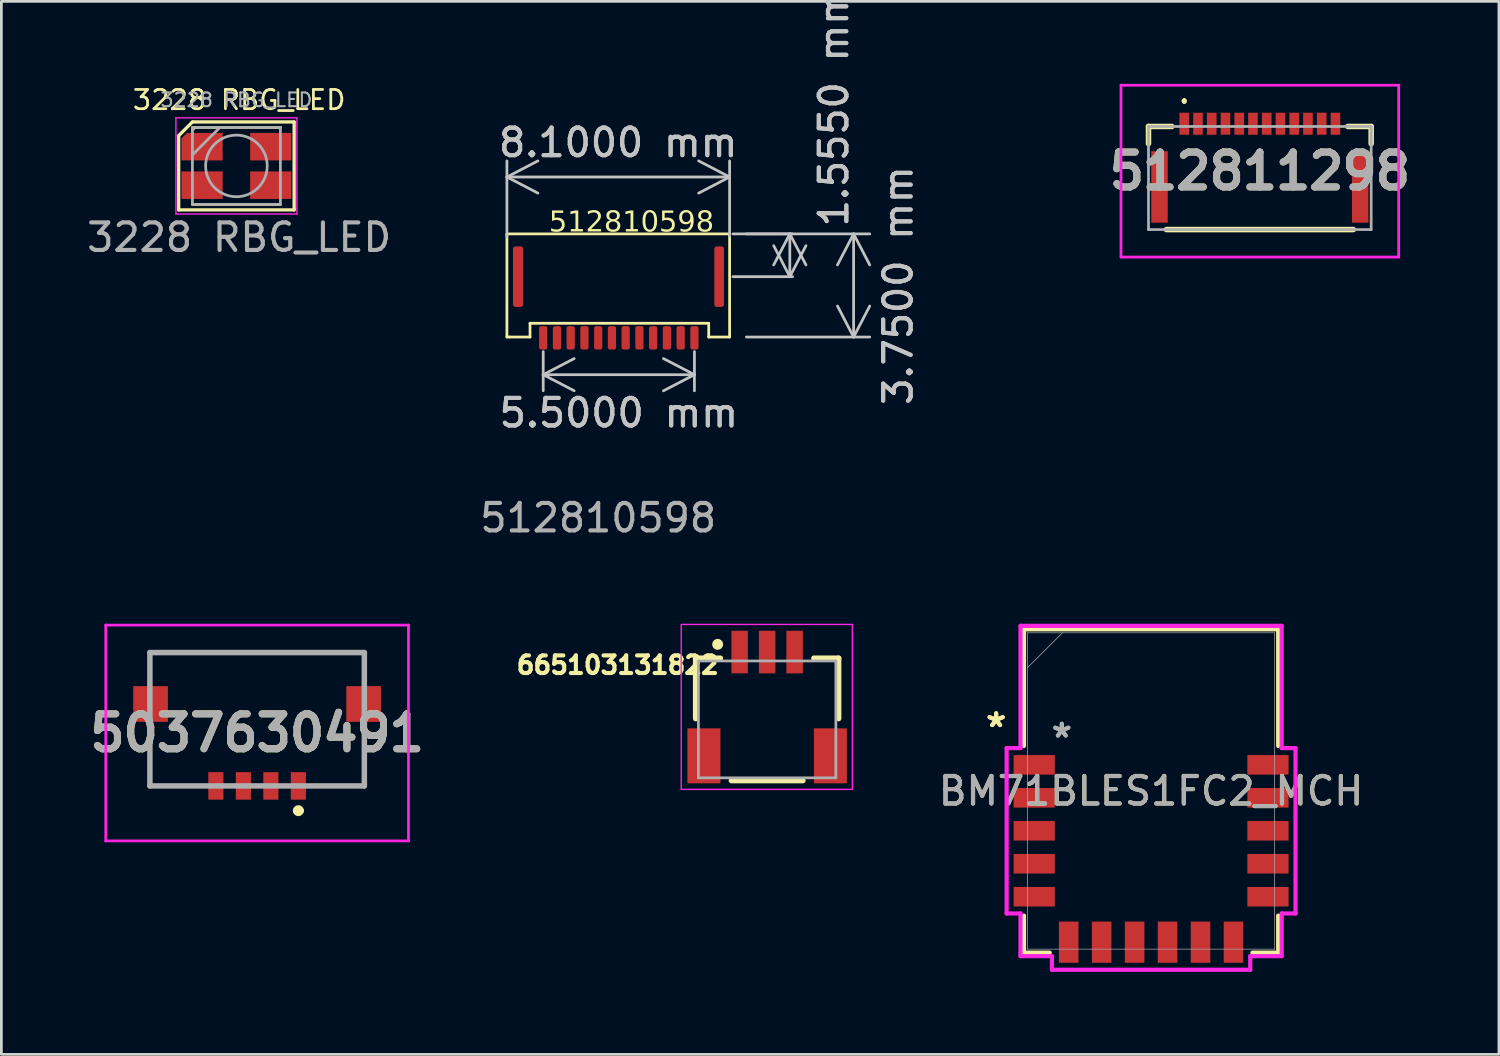
<source format=kicad_pcb>
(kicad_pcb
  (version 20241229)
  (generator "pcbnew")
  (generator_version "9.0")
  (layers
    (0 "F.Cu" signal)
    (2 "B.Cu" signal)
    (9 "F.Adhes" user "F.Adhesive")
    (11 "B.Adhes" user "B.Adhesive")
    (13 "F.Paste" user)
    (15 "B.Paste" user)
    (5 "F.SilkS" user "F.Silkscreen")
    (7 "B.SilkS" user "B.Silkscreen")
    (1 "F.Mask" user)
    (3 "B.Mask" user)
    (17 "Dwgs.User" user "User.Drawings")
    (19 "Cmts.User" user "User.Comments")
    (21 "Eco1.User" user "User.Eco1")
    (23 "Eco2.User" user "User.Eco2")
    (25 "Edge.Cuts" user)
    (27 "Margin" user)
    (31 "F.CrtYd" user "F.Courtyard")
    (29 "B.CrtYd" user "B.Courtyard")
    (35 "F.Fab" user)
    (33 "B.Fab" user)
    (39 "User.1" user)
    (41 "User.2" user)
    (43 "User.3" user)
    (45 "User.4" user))
  (footprint "512811298"
    (layer "F.Cu")
    (at 42.774 3.375)
    (property "Reference" "512811298" (at 0 -0.2 0) (layer "F.SilkS") (effects (font (size 1.27 1.27) (thickness 0.254))))
    (attr smd)
    (fp_line (start -4.05 -1.825) (end -4.05 -1.2) (stroke (width 0.2) (type solid)) (layer "F.SilkS"))
    (fp_line (start -3.4 1.925) (end 3.4 1.925) (stroke (width 0.2) (type solid)) (layer "F.SilkS"))
    (fp_line (start -3.2 -1.825) (end -4.05 -1.825) (stroke (width 0.2) (type solid)) (layer "F.SilkS"))
    (fp_line (start -2.75 -2.8) (end -2.75 -2.8) (stroke (width 0.1) (type solid)) (layer "F.SilkS"))
    (fp_line (start -2.75 -2.7) (end -2.75 -2.7) (stroke (width 0.1) (type solid)) (layer "F.SilkS"))
    (fp_line (start 3.2 -1.825) (end 4.05 -1.825) (stroke (width 0.2) (type solid)) (layer "F.SilkS"))
    (fp_line (start 4.05 -1.825) (end 4.05 -1.2) (stroke (width 0.2) (type solid)) (layer "F.SilkS"))
    (fp_arc (start -2.75 -2.8) (mid -2.7 -2.75) (end -2.75 -2.7) (stroke (width 0.1) (type solid)) (layer "F.SilkS"))
    (fp_arc (start -2.75 -2.7) (mid -2.8 -2.75) (end -2.75 -2.8) (stroke (width 0.1) (type solid)) (layer "F.SilkS"))
    (fp_line (start -5.05 -3.325) (end 5.05 -3.325) (stroke (width 0.1) (type solid)) (layer "F.CrtYd"))
    (fp_line (start -5.05 2.925) (end -5.05 -3.325) (stroke (width 0.1) (type solid)) (layer "F.CrtYd"))
    (fp_line (start 5.05 -3.325) (end 5.05 2.925) (stroke (width 0.1) (type solid)) (layer "F.CrtYd"))
    (fp_line (start 5.05 2.925) (end -5.05 2.925) (stroke (width 0.1) (type solid)) (layer "F.CrtYd"))
    (fp_line (start -4.05 -1.825) (end 4.05 -1.825) (stroke (width 0.1) (type solid)) (layer "F.Fab"))
    (fp_line (start -4.05 1.925) (end -4.05 -1.825) (stroke (width 0.1) (type solid)) (layer "F.Fab"))
    (fp_line (start 4.05 -1.825) (end 4.05 1.925) (stroke (width 0.1) (type solid)) (layer "F.Fab"))
    (fp_line (start 4.05 1.925) (end -4.05 1.925) (stroke (width 0.1) (type solid)) (layer "F.Fab"))
    (fp_text user "${REFERENCE}" (at 0 -0.2 0) (layer "F.Fab") (effects (font (size 1.27 1.27) (thickness 0.254))))
    (pad "1" smd rect (at -2.75 -1.925) (size 0.35 0.8) (layers "F.Cu" "F.Mask" "F.Paste"))
    (pad "2" smd rect (at -2.25 -1.925) (size 0.35 0.8) (layers "F.Cu" "F.Mask" "F.Paste"))
    (pad "3" smd rect (at -1.75 -1.925) (size 0.35 0.8) (layers "F.Cu" "F.Mask" "F.Paste"))
    (pad "4" smd rect (at -1.25 -1.925) (size 0.35 0.8) (layers "F.Cu" "F.Mask" "F.Paste"))
    (pad "5" smd rect (at -0.75 -1.925) (size 0.35 0.8) (layers "F.Cu" "F.Mask" "F.Paste"))
    (pad "6" smd rect (at -0.25 -1.925) (size 0.35 0.8) (layers "F.Cu" "F.Mask" "F.Paste"))
    (pad "7" smd rect (at 0.25 -1.925) (size 0.35 0.8) (layers "F.Cu" "F.Mask" "F.Paste"))
    (pad "8" smd rect (at 0.75 -1.925) (size 0.35 0.8) (layers "F.Cu" "F.Mask" "F.Paste"))
    (pad "9" smd rect (at 1.25 -1.925) (size 0.35 0.8) (layers "F.Cu" "F.Mask" "F.Paste"))
    (pad "10" smd rect (at 1.75 -1.925) (size 0.35 0.8) (layers "F.Cu" "F.Mask" "F.Paste"))
    (pad "11" smd rect (at 2.25 -1.925) (size 0.35 0.8) (layers "F.Cu" "F.Mask" "F.Paste"))
    (pad "12" smd rect (at 2.75 -1.925) (size 0.35 0.8) (layers "F.Cu" "F.Mask" "F.Paste"))
    (pad "MP1" smd rect (at -3.65 0.375) (size 0.6 2.6) (layers "F.Cu" "F.Mask" "F.Paste"))
    (pad "MP2" smd rect (at 3.65 0.375) (size 0.6 2.6) (layers "F.Cu" "F.Mask" "F.Paste")))
  (footprint "665103131822"
    (layer "F.Cu")
    (at 24.853 22.587)
    (property "Reference" "665103131822" (at -5.432 -1.446 0) (layer "F.SilkS") (effects (font (size 0.64 0.64) (thickness 0.15))))
    (attr smd)
    (fp_line (start -2.6 -1.695) (end -2.6 0.5) (stroke (width 0.2) (type solid)) (layer "F.SilkS"))
    (fp_line (start -1.7 -1.695) (end -2.6 -1.695) (stroke (width 0.2) (type solid)) (layer "F.SilkS"))
    (fp_line (start -1.3 2.755) (end 1.3 2.755) (stroke (width 0.2) (type solid)) (layer "F.SilkS"))
    (fp_line (start 1.7 -1.695) (end 2.6 -1.695) (stroke (width 0.2) (type solid)) (layer "F.SilkS"))
    (fp_line (start 2.6 -1.695) (end 2.6 0.5) (stroke (width 0.2) (type solid)) (layer "F.SilkS"))
    (fp_circle (center -1.8 -2.2) (end -1.7 -2.2) (stroke (width 0.2) (type solid)) (fill no) (layer "F.SilkS"))
    (fp_rect (start -3.125 -2.925) (end 3.1 3.075) (stroke (width 0.05) (type default)) (fill no) (layer "F.CrtYd"))
    (fp_line (start -2.5 -1.595) (end 2.5 -1.595) (stroke (width 0.1) (type solid)) (layer "F.Fab"))
    (fp_line (start -2.5 2.655) (end -2.5 -1.595) (stroke (width 0.1) (type solid)) (layer "F.Fab"))
    (fp_line (start 2.5 -1.595) (end 2.5 2.655) (stroke (width 0.1) (type solid)) (layer "F.Fab"))
    (fp_line (start 2.5 2.655) (end -2.5 2.655) (stroke (width 0.1) (type solid)) (layer "F.Fab"))
    (pad "1" smd rect (at -1 -1.92) (size 0.6 1.55) (layers "F.Cu" "F.Mask" "F.Paste"))
    (pad "2" smd rect (at 0 -1.92) (size 0.6 1.55) (layers "F.Cu" "F.Mask" "F.Paste"))
    (pad "3" smd rect (at 1 -1.92) (size 0.6 1.55) (layers "F.Cu" "F.Mask" "F.Paste"))
    (pad "MP" smd rect (at -2.3 1.855) (size 1.2 2) (layers "F.Cu" "F.Mask" "F.Paste"))
    (pad "MP" smd rect (at 2.3 1.855) (size 1.2 2) (layers "F.Cu" "F.Mask" "F.Paste")))
  (footprint "BM71BLES1FC2_MCH"
    (layer "F.Cu")
    (at 38.818 25.72)
    (property "Reference" "BM71BLES1FC2_MCH" (at 0 0 0) (unlocked yes) (layer "F.SilkS") (effects (font (size 1 1) (thickness 0.15))))
    (attr smd)
    (fp_line (start -4.623 -5.88) (end 4.623 -5.88) (stroke (width 0.152) (type solid)) (layer "F.SilkS"))
    (fp_line (start -4.623 -1.638) (end -4.623 -5.88) (stroke (width 0.152) (type solid)) (layer "F.SilkS"))
    (fp_line (start -4.623 5.88) (end -4.623 4.534) (stroke (width 0.152) (type solid)) (layer "F.SilkS"))
    (fp_line (start -3.686 5.88) (end -4.623 5.88) (stroke (width 0.152) (type solid)) (layer "F.SilkS"))
    (fp_line (start 4.623 -5.88) (end 4.623 -1.638) (stroke (width 0.152) (type solid)) (layer "F.SilkS"))
    (fp_line (start 4.623 4.534) (end 4.623 5.88) (stroke (width 0.152) (type solid)) (layer "F.SilkS"))
    (fp_line (start 4.623 5.88) (end 3.686 5.88) (stroke (width 0.152) (type solid)) (layer "F.SilkS"))
    (fp_poly (pts (xy -3.5 1.151) (xy -1.494 1.151) (xy -1.494 -1.745) (xy -3.5 -1.745)) (stroke (width 0.1) (type solid)) (fill no) (layer "Eco2.User"))
    (fp_poly (pts (xy -0.201 4.26) (xy 3.508 4.26) (xy 3.508 -1.252) (xy -0.201 -1.252)) (stroke (width 0.1) (type solid)) (fill no) (layer "Eco2.User"))
    (fp_line (start -5.254 -1.56) (end -5.254 4.455) (stroke (width 0.152) (type solid)) (layer "F.CrtYd"))
    (fp_line (start -5.254 4.455) (end -4.75 4.455) (stroke (width 0.152) (type solid)) (layer "F.CrtYd"))
    (fp_line (start -4.75 -6.007) (end -4.75 -1.56) (stroke (width 0.152) (type solid)) (layer "F.CrtYd"))
    (fp_line (start -4.75 -1.56) (end -5.254 -1.56) (stroke (width 0.152) (type solid)) (layer "F.CrtYd"))
    (fp_line (start -4.75 4.455) (end -4.75 6.007) (stroke (width 0.152) (type solid)) (layer "F.CrtYd"))
    (fp_line (start -4.75 6.007) (end -3.607 6.007) (stroke (width 0.152) (type solid)) (layer "F.CrtYd"))
    (fp_line (start -3.607 6.007) (end -3.607 6.504) (stroke (width 0.152) (type solid)) (layer "F.CrtYd"))
    (fp_line (start -3.607 6.504) (end 3.607 6.504) (stroke (width 0.152) (type solid)) (layer "F.CrtYd"))
    (fp_line (start 3.607 6.007) (end 4.75 6.007) (stroke (width 0.152) (type solid)) (layer "F.CrtYd"))
    (fp_line (start 3.607 6.504) (end 3.607 6.007) (stroke (width 0.152) (type solid)) (layer "F.CrtYd"))
    (fp_line (start 4.75 -6.007) (end -4.75 -6.007) (stroke (width 0.152) (type solid)) (layer "F.CrtYd"))
    (fp_line (start 4.75 -1.56) (end 4.75 -6.007) (stroke (width 0.152) (type solid)) (layer "F.CrtYd"))
    (fp_line (start 4.75 4.455) (end 5.254 4.455) (stroke (width 0.152) (type solid)) (layer "F.CrtYd"))
    (fp_line (start 4.75 6.007) (end 4.75 4.455) (stroke (width 0.152) (type solid)) (layer "F.CrtYd"))
    (fp_line (start 5.254 -1.56) (end 4.75 -1.56) (stroke (width 0.152) (type solid)) (layer "F.CrtYd"))
    (fp_line (start 5.254 4.455) (end 5.254 -1.56) (stroke (width 0.152) (type solid)) (layer "F.CrtYd"))
    (fp_line (start -4.496 -5.753) (end -4.496 5.753) (stroke (width 0.025) (type solid)) (layer "F.Fab"))
    (fp_line (start -4.496 -4.483) (end -3.226 -5.753) (stroke (width 0.025) (type solid)) (layer "F.Fab"))
    (fp_line (start -4.496 5.753) (end 4.496 5.753) (stroke (width 0.025) (type solid)) (layer "F.Fab"))
    (fp_line (start 4.496 -5.753) (end -4.496 -5.753) (stroke (width 0.025) (type solid)) (layer "F.Fab"))
    (fp_line (start 4.496 5.753) (end 4.496 -5.753) (stroke (width 0.025) (type solid)) (layer "F.Fab"))
    (fp_text user "*" (at -5.635 -2.281 0) (unlocked yes) (layer "F.SilkS") (effects (font (size 1 1) (thickness 0.15))))
    (fp_text user "*" (at -5.635 -2.281 0) (layer "F.SilkS") (effects (font (size 1 1) (thickness 0.15))))
    (fp_text user "*" (at -3.247 -1.9 0) (layer "F.Fab") (effects (font (size 1 1) (thickness 0.15))))
    (fp_text user "${REFERENCE}" (at 0 0 0) (unlocked yes) (layer "F.Fab") (effects (font (size 1 1) (thickness 0.15))))
    (fp_text user "*" (at -3.247 -1.9 0) (unlocked yes) (layer "F.Fab") (effects (font (size 1 1) (thickness 0.15))))
    (pad "1" smd rect (at -4.251 -0.95 90) (size 0.711 1.499) (layers "F.Cu" "F.Mask" "F.Paste"))
    (pad "2" smd rect (at -4.251 0.249 90) (size 0.711 1.499) (layers "F.Cu" "F.Mask" "F.Paste"))
    (pad "3" smd rect (at -4.251 1.448 90) (size 0.711 1.499) (layers "F.Cu" "F.Mask" "F.Paste"))
    (pad "4" smd rect (at -4.251 2.647 90) (size 0.711 1.499) (layers "F.Cu" "F.Mask" "F.Paste"))
    (pad "5" smd rect (at -4.251 3.846 90) (size 0.711 1.499) (layers "F.Cu" "F.Mask" "F.Paste"))
    (pad "6" smd rect (at -2.997 5.5) (size 0.711 1.499) (layers "F.Cu" "F.Mask" "F.Paste"))
    (pad "7" smd rect (at -1.798 5.5) (size 0.711 1.499) (layers "F.Cu" "F.Mask" "F.Paste"))
    (pad "8" smd rect (at -0.599 5.5) (size 0.711 1.499) (layers "F.Cu" "F.Mask" "F.Paste"))
    (pad "9" smd rect (at 0.599 5.5) (size 0.711 1.499) (layers "F.Cu" "F.Mask" "F.Paste"))
    (pad "10" smd rect (at 1.798 5.5) (size 0.711 1.499) (layers "F.Cu" "F.Mask" "F.Paste"))
    (pad "11" smd rect (at 2.997 5.5) (size 0.711 1.499) (layers "F.Cu" "F.Mask" "F.Paste"))
    (pad "12" smd rect (at 4.251 3.846 90) (size 0.711 1.499) (layers "F.Cu" "F.Mask" "F.Paste"))
    (pad "13" smd rect (at 4.251 2.647 90) (size 0.711 1.499) (layers "F.Cu" "F.Mask" "F.Paste"))
    (pad "14" smd rect (at 4.251 1.448 90) (size 0.711 1.499) (layers "F.Cu" "F.Mask" "F.Paste"))
    (pad "15" smd rect (at 4.251 0.249 90) (size 0.711 1.499) (layers "F.Cu" "F.Mask" "F.Paste"))
    (pad "16" smd rect (at 4.251 -0.95 90) (size 0.711 1.499) (layers "F.Cu" "F.Mask" "F.Paste")))
  (footprint "5037630491"
    (layer "F.Cu")
    (at 6.302 23.611)
    (property "Reference" "5037630491" (at 0 0 0) (layer "F.SilkS") (effects (font (size 1.27 1.27) (thickness 0.254))))
    (attr smd)
    (fp_line (start -3.9 -2.925) (end 3.9 -2.925) (stroke (width 0.1) (type solid)) (layer "F.SilkS"))
    (fp_line (start -3.9 -2.075) (end -3.9 -2.925) (stroke (width 0.1) (type solid)) (layer "F.SilkS"))
    (fp_line (start -3.9 -0.075) (end -3.9 1.925) (stroke (width 0.1) (type solid)) (layer "F.SilkS"))
    (fp_line (start -3.9 1.925) (end -2 1.925) (stroke (width 0.1) (type solid)) (layer "F.SilkS"))
    (fp_line (start 1.4 2.825) (end 1.4 2.825) (stroke (width 0.2) (type solid)) (layer "F.SilkS"))
    (fp_line (start 1.6 2.825) (end 1.6 2.825) (stroke (width 0.2) (type solid)) (layer "F.SilkS"))
    (fp_line (start 2 1.925) (end 3.9 1.925) (stroke (width 0.1) (type solid)) (layer "F.SilkS"))
    (fp_line (start 3.9 -2.925) (end 3.9 -2.075) (stroke (width 0.1) (type solid)) (layer "F.SilkS"))
    (fp_line (start 3.9 1.925) (end 3.9 -0.075) (stroke (width 0.1) (type solid)) (layer "F.SilkS"))
    (fp_arc (start 1.4 2.825) (mid 1.5 2.725) (end 1.6 2.825) (stroke (width 0.2) (type solid)) (layer "F.SilkS"))
    (fp_arc (start 1.6 2.825) (mid 1.5 2.925) (end 1.4 2.825) (stroke (width 0.2) (type solid)) (layer "F.SilkS"))
    (fp_line (start -5.505 -3.925) (end 5.505 -3.925) (stroke (width 0.1) (type solid)) (layer "F.CrtYd"))
    (fp_line (start -5.505 3.925) (end -5.505 -3.925) (stroke (width 0.1) (type solid)) (layer "F.CrtYd"))
    (fp_line (start 5.505 -3.925) (end 5.505 3.925) (stroke (width 0.1) (type solid)) (layer "F.CrtYd"))
    (fp_line (start 5.505 3.925) (end -5.505 3.925) (stroke (width 0.1) (type solid)) (layer "F.CrtYd"))
    (fp_line (start -3.9 -2.925) (end 3.9 -2.925) (stroke (width 0.2) (type solid)) (layer "F.Fab"))
    (fp_line (start -3.9 1.925) (end -3.9 -2.925) (stroke (width 0.2) (type solid)) (layer "F.Fab"))
    (fp_line (start 3.9 -2.925) (end 3.9 1.925) (stroke (width 0.2) (type solid)) (layer "F.Fab"))
    (fp_line (start 3.9 1.925) (end -3.9 1.925) (stroke (width 0.2) (type solid)) (layer "F.Fab"))
    (fp_text user "${REFERENCE}" (at 0 0 0) (layer "F.Fab") (effects (font (size 1.27 1.27) (thickness 0.254))))
    (pad "1" smd rect (at 1.5 1.925) (size 0.55 1) (layers "F.Cu" "F.Mask" "F.Paste"))
    (pad "2" smd rect (at 0.5 1.925) (size 0.55 1) (layers "F.Cu" "F.Mask" "F.Paste"))
    (pad "3" smd rect (at -0.5 1.925) (size 0.55 1) (layers "F.Cu" "F.Mask" "F.Paste"))
    (pad "4" smd rect (at -1.5 1.925) (size 0.55 1) (layers "F.Cu" "F.Mask" "F.Paste"))
    (pad "5" smd rect (at -3.875 -1.055) (size 1.26 1.3) (layers "F.Cu" "F.Mask" "F.Paste"))
    (pad "6" smd rect (at 3.875 -1.055) (size 1.26 1.3) (layers "F.Cu" "F.Mask" "F.Paste")))
  (footprint "512810598"
    (layer "F.Cu")
    (at 18.708 13.288)
    (property "Reference" "512810598" (at 1.21 -8.23 0) (unlocked yes) (layer "F.SilkS") (effects (font (face "Arial") (size 0.75 0.75) (thickness 0.1))))
    (attr smd)
    (fp_line (start -3.32 -7.83) (end -3.32 -4.08) (stroke (width 0.1) (type default)) (layer "F.SilkS"))
    (fp_line (start -3.22 -4.08) (end -3.32 -4.08) (stroke (width 0.1) (type default)) (layer "F.SilkS"))
    (fp_line (start -2.48 -4.58) (end -2.48 -4.08) (stroke (width 0.1) (type default)) (layer "F.SilkS"))
    (fp_line (start -2.48 -4.08) (end -3.22 -4.08) (stroke (width 0.1) (type default)) (layer "F.SilkS"))
    (fp_line (start 4.02 -4.58) (end -2.48 -4.58) (stroke (width 0.1) (type default)) (layer "F.SilkS"))
    (fp_line (start 4.02 -4.08) (end 4.02 -4.58) (stroke (width 0.1) (type default)) (layer "F.SilkS"))
    (fp_line (start 4.78 -7.83) (end -3.32 -7.83) (stroke (width 0.1) (type default)) (layer "F.SilkS"))
    (fp_line (start 4.78 -7.83) (end 4.78 -4.08) (stroke (width 0.1) (type default)) (layer "F.SilkS"))
    (fp_line (start 4.78 -4.08) (end 4.02 -4.08) (stroke (width 0.1) (type default)) (layer "F.SilkS"))
    (fp_text user "${REFERENCE}" (at 0 2.5 0) (unlocked yes) (layer "F.Fab") (effects (font (size 1 1) (thickness 0.15))))
    (dimension (type aligned) (layer "Dwgs.User") (pts (xy 23.598 5.458) (xy 23.598 9.208)) (height -4.4) (format (prefix "") (suffix "") (units 3) (units_format 1) (precision 4)) (style (thickness 0.1) (arrow_length 1.27) (text_position_mode 2) (arrow_direction outward) (extension_height 0.586) (extension_offset 0.5) (keep_text_aligned yes)) (gr_text "3.7500 mm" (at 29.618 7.333 90) (layer "Dwgs.User") (effects (font (size 1 1) (thickness 0.15)))))
    (dimension (type aligned) (layer "Dwgs.User") (pts (xy 22.208 9.238) (xy 16.708 9.238)) (height -1.34) (format (prefix "") (suffix "") (units 3) (units_format 1) (precision 4)) (style (thickness 0.1) (arrow_length 1.27) (text_position_mode 2) (arrow_direction outward) (extension_height 0.586) (extension_offset 0.5) (keep_text_aligned yes)) (gr_text "5.5000 mm" (at 19.458 11.968 0) (layer "Dwgs.User") (effects (font (size 1 1) (thickness 0.15)))))
    (dimension (type aligned) (layer "Dwgs.User") (pts (xy 23.108 7.013) (xy 23.108 5.458)) (height 2.57) (format (prefix "") (suffix "") (units 3) (units_format 1) (precision 4)) (style (thickness 0.1) (arrow_length 1.27) (text_position_mode 2) (arrow_direction outward) (extension_height 0.1) (extension_offset 0.5) (keep_text_aligned yes)) (gr_text "1.5550 mm" (at 27.278 0.848 90) (layer "Dwgs.User") (effects (font (size 1 1) (thickness 0.15)))))
    (dimension (type aligned) (layer "Dwgs.User") (pts (xy 23.488 6.038) (xy 15.388 6.038)) (height 2.65) (format (prefix "") (suffix "") (units 3) (units_format 1) (precision 4)) (style (thickness 0.1) (arrow_length 1.27) (text_position_mode 2) (arrow_direction outward) (extension_height 0.586) (extension_offset 0.5) (keep_text_aligned yes)) (gr_text "8.1000 mm" (at 19.438 2.138 0) (layer "Dwgs.User") (effects (font (size 1 1) (thickness 0.15)))))
    (pad "1" smd roundrect (at -2 -4.05 90) (size 0.85 0.3) (layers "F.Cu" "F.Mask" "F.Paste") (roundrect_rratio 0.25))
    (pad "2" smd roundrect (at -1.5 -4.05 90) (size 0.85 0.3) (layers "F.Cu" "F.Mask" "F.Paste") (roundrect_rratio 0.25))
    (pad "3" smd roundrect (at -1 -4.05 90) (size 0.85 0.3) (layers "F.Cu" "F.Mask" "F.Paste") (roundrect_rratio 0.25))
    (pad "4" smd roundrect (at -0.5 -4.05 90) (size 0.85 0.3) (layers "F.Cu" "F.Mask" "F.Paste") (roundrect_rratio 0.25))
    (pad "5" smd roundrect (at 0 -4.05 90) (size 0.85 0.3) (layers "F.Cu" "F.Mask" "F.Paste") (roundrect_rratio 0.25))
    (pad "6" smd roundrect (at 0.5 -4.05 90) (size 0.85 0.3) (layers "F.Cu" "F.Mask" "F.Paste") (roundrect_rratio 0.25))
    (pad "7" smd roundrect (at 1 -4.05 90) (size 0.85 0.3) (layers "F.Cu" "F.Mask" "F.Paste") (roundrect_rratio 0.25))
    (pad "8" smd roundrect (at 1.5 -4.05 90) (size 0.85 0.3) (layers "F.Cu" "F.Mask" "F.Paste") (roundrect_rratio 0.25))
    (pad "9" smd roundrect (at 2 -4.05 90) (size 0.85 0.3) (layers "F.Cu" "F.Mask" "F.Paste") (roundrect_rratio 0.25))
    (pad "10" smd roundrect (at 2.5 -4.05 90) (size 0.85 0.3) (layers "F.Cu" "F.Mask" "F.Paste") (roundrect_rratio 0.25))
    (pad "11" smd roundrect (at 3 -4.05 90) (size 0.85 0.3) (layers "F.Cu" "F.Mask" "F.Paste") (roundrect_rratio 0.25))
    (pad "12" smd roundrect (at 3.5 -4.05 90) (size 0.85 0.3) (layers "F.Cu" "F.Mask" "F.Paste") (roundrect_rratio 0.25))
    (pad "MP" smd roundrect (at -2.913 -6.275 90) (size 2.2 0.375) (layers "F.Cu" "F.Mask" "F.Paste") (roundrect_rratio 0.25))
    (pad "MP" smd roundrect (at 4.4 -6.275 90) (size 2.2 0.35) (layers "F.Cu" "F.Mask" "F.Paste") (roundrect_rratio 0.25)))
  (footprint "3228 RBG_LED"
    (layer "F.Cu")
    (at 5.549 2.985)
    (property "Reference" "3228 RBG_LED" (at 0.1 -2.4 0) (unlocked yes) (layer "F.SilkS") (effects (font (size 0.7 0.7) (thickness 0.1))))
    (attr smd)
    (fp_line (start -2.1 -1.1) (end -1.6 -1.6) (stroke (width 0.12) (type default)) (layer "F.SilkS"))
    (fp_line (start -2.1 1.6) (end -2.1 -1.1) (stroke (width 0.12) (type solid)) (layer "F.SilkS"))
    (fp_line (start -2.1 1.6) (end 2.1 1.6) (stroke (width 0.12) (type solid)) (layer "F.SilkS"))
    (fp_line (start -1.6 -1.6) (end 2.1 -1.6) (stroke (width 0.12) (type solid)) (layer "F.SilkS"))
    (fp_line (start -1.6 1.4) (end 1.59 1.4) (stroke (width 0.1) (type default)) (layer "F.SilkS"))
    (fp_line (start -1.51 -1.4) (end -1.6 -1.31) (stroke (width 0.1) (type default)) (layer "F.SilkS"))
    (fp_line (start 1.6 -1.4) (end -1.51 -1.4) (stroke (width 0.1) (type default)) (layer "F.SilkS"))
    (fp_line (start 2.1 1.6) (end 2.1 -1.6) (stroke (width 0.12) (type solid)) (layer "F.SilkS"))
    (fp_line (start -2.2 -1.75) (end -2.2 1.75) (stroke (width 0.05) (type solid)) (layer "F.CrtYd"))
    (fp_line (start -2.2 1.75) (end 2.2 1.75) (stroke (width 0.05) (type solid)) (layer "F.CrtYd"))
    (fp_line (start 2.2 -1.75) (end -2.2 -1.75) (stroke (width 0.05) (type solid)) (layer "F.CrtYd"))
    (fp_line (start 2.2 1.75) (end 2.2 -1.75) (stroke (width 0.05) (type solid)) (layer "F.CrtYd"))
    (fp_line (start -1.6 -1.4) (end -1.6 1.4) (stroke (width 0.1) (type solid)) (layer "F.Fab"))
    (fp_line (start -1.6 1.4) (end 1.6 1.4) (stroke (width 0.1) (type solid)) (layer "F.Fab"))
    (fp_line (start -0.6 -1.4) (end -1.6 -0.4) (stroke (width 0.1) (type solid)) (layer "F.Fab"))
    (fp_line (start 1.6 -1.4) (end -1.6 -1.4) (stroke (width 0.1) (type solid)) (layer "F.Fab"))
    (fp_line (start 1.6 1.4) (end 1.6 -1.4) (stroke (width 0.1) (type solid)) (layer "F.Fab"))
    (fp_circle (center 0 0) (end 1.12 0) (stroke (width 0.1) (type solid)) (fill no) (layer "F.Fab"))
    (fp_text user "${REFERENCE}" (at 0 -2.4 0) (layer "F.Fab") (effects (font (size 0.5 0.5) (thickness 0.075))))
    (fp_text user "${REFERENCE}" (at 0.1 2.6 0) (unlocked yes) (layer "F.Fab") (effects (font (size 1 1) (thickness 0.15))))
    (pad "1" smd roundrect (at -1.25 -0.7) (size 1.5 1) (layers "F.Cu" "F.Mask" "F.Paste") (roundrect_rratio 0) (chamfer_ratio 0.2) (chamfer top_left))
    (pad "2" smd rect (at -1.25 0.7) (size 1.5 1) (layers "F.Cu" "F.Mask" "F.Paste"))
    (pad "3" smd rect (at 1.25 0.7) (size 1.5 1) (layers "F.Cu" "F.Mask" "F.Paste"))
    (pad "4" smd rect (at 1.25 -0.7) (size 1.5 1) (layers "F.Cu" "F.Mask" "F.Paste")))
  (gr_rect
    (start -3 -3)
    (end 51.47 35.3)
    (stroke (width 0.1) (type default))
    (fill no)
    (layer "Edge.Cuts")))
</source>
